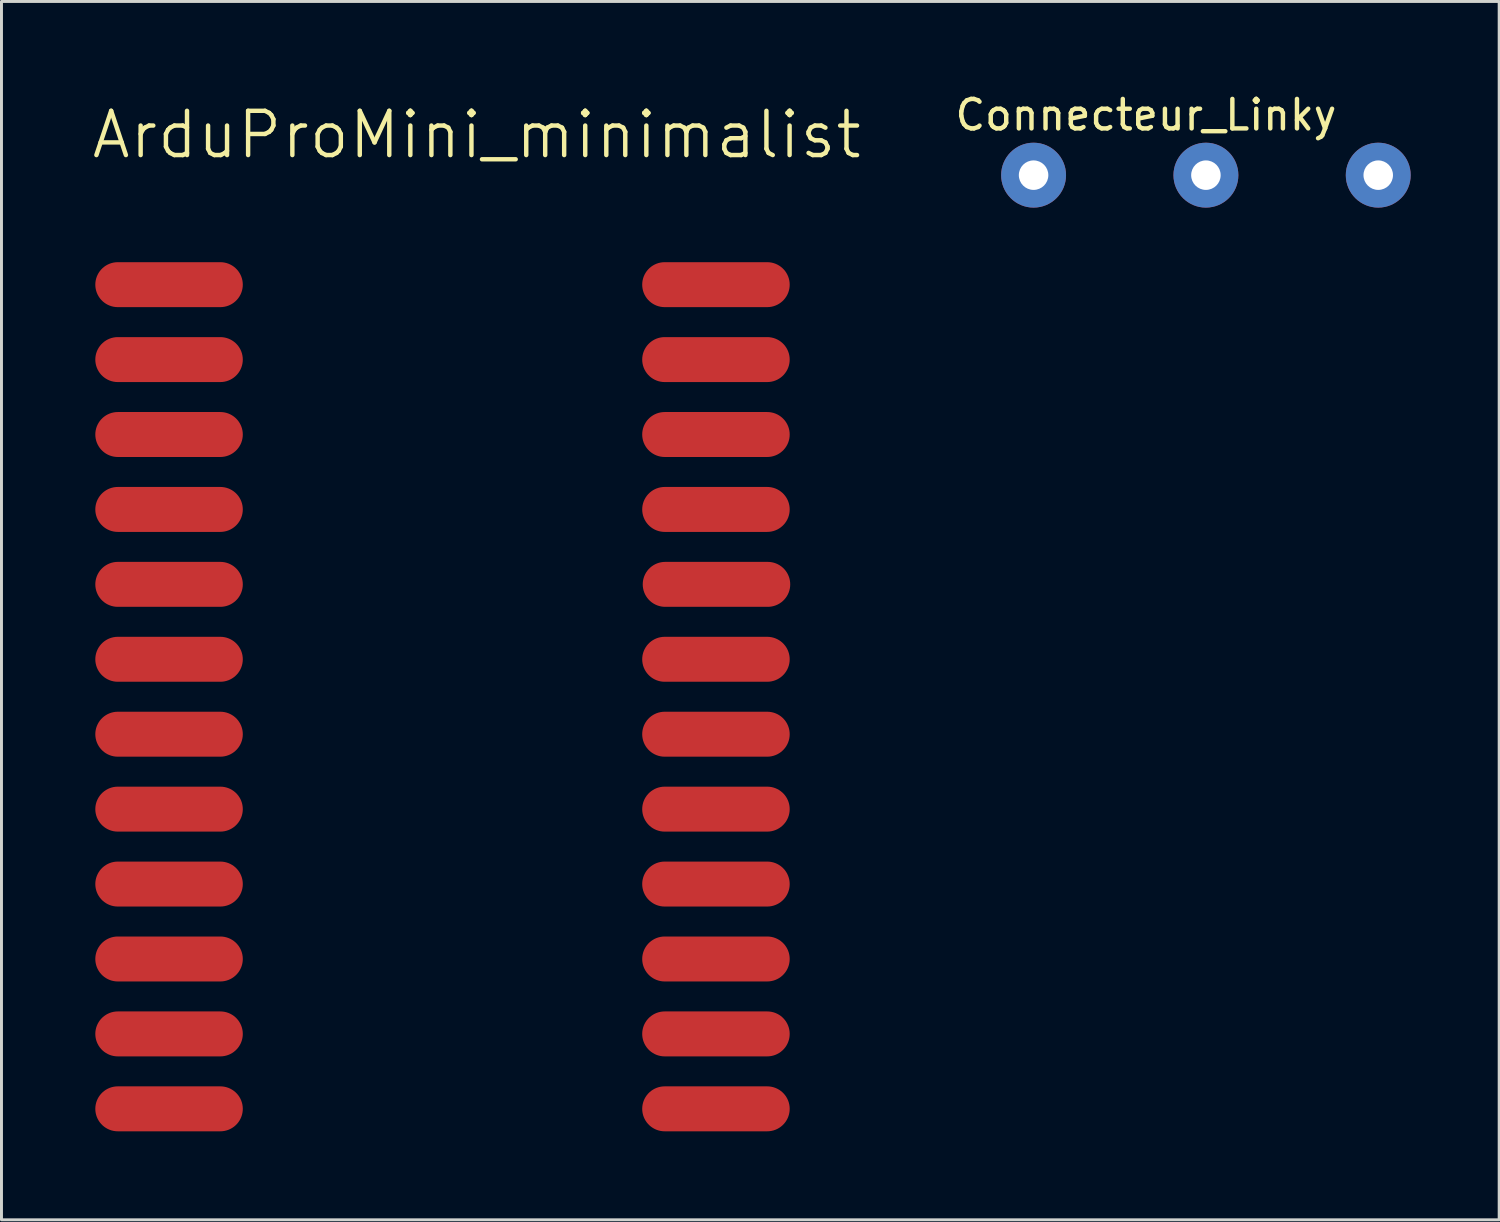
<source format=kicad_pcb>
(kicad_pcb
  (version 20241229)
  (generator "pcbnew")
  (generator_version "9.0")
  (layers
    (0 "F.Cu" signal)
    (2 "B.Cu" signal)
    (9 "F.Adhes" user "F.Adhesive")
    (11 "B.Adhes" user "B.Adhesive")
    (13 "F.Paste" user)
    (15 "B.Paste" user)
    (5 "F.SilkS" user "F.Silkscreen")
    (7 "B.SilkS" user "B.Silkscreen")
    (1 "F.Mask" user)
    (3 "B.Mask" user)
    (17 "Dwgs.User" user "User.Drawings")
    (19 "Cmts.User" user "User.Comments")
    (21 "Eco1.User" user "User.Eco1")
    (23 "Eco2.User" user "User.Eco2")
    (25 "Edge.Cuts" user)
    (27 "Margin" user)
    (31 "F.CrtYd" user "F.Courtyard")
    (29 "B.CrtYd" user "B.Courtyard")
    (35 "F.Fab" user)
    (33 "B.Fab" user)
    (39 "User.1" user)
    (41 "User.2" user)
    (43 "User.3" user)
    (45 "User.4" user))
  (footprint "Connecteur_Linky"
    (layer "F.Cu")
    (at 35.799 0.348)
    (property "Reference" "Connecteur_Linky" (at 0 0.5 0) (layer "F.SilkS") (effects (font (size 1 1) (thickness 0.15))))
    (attr through_hole)
    (pad "1" thru_hole circle (at -3.81 2.54) (size 2.2 2.2) (drill 1) (layers "*.Cu" "*.Mask"))
    (pad "2" thru_hole circle (at 2.032 2.54) (size 2.2 2.2) (drill 1) (layers "*.Cu" "*.Mask"))
    (pad "3" thru_hole circle (at 7.874 2.54) (size 2.2 2.2) (drill 1) (layers "*.Cu" "*.Mask")))
  (footprint "ArduProMini_minimalist"
    (layer "F.Cu")
    (at 1.681 0.25)
    (property "Reference" "ArduProMini_minimalist" (at 11.43 1.27 180) (layer "F.SilkS") (effects (font (size 1.5 1.5) (thickness 0.15))))
    (attr through_hole)
    (pad "JP1_1" smd oval (at 20.574 16.383) (size 0.1 0.1) (layers "F.Cu" "F.Mask" "F.Paste"))
    (pad "JP1_2" smd oval (at 20.574 16.383) (size 0.1 0.1) (layers "F.Cu" "F.Mask" "F.Paste"))
    (pad "JP1_3" smd oval (at 20.574 16.383) (size 0.1 0.1) (layers "F.Cu" "F.Mask" "F.Paste"))
    (pad "JP1_4" smd oval (at 20.574 16.383) (size 0.1 0.1) (layers "F.Cu" "F.Mask" "F.Paste"))
    (pad "JP1_5" smd oval (at 20.574 16.383) (size 0.1 0.1) (layers "F.Cu" "F.Mask" "F.Paste"))
    (pad "JP1_6" smd oval (at 20.574 16.383) (size 0.1 0.1) (layers "F.Cu" "F.Mask" "F.Paste"))
    (pad "JP2_1" smd oval (at 20.574 16.383) (size 0.1 0.1) (layers "F.Cu" "F.Mask" "F.Paste"))
    (pad "JP2_2" smd oval (at 20.574 16.383) (size 0.1 0.1) (layers "F.Cu" "F.Mask" "F.Paste"))
    (pad "JP3_1" smd oval (at 20.574 16.383) (size 0.1 0.1) (layers "F.Cu" "F.Mask" "F.Paste"))
    (pad "JP3_2" smd oval (at 20.574 16.383) (size 0.1 0.1) (layers "F.Cu" "F.Mask" "F.Paste"))
    (pad "JP6_1" smd oval (at 1 34.29) (size 5 1.524) (layers "F.Cu" "F.Mask" "F.Paste"))
    (pad "JP6_2" smd oval (at 1 31.75) (size 5 1.524) (layers "F.Cu" "F.Mask" "F.Paste"))
    (pad "JP6_3" smd oval (at 1 29.21) (size 5 1.524) (layers "F.Cu" "F.Mask" "F.Paste"))
    (pad "JP6_4" smd oval (at 1 26.67) (size 5 1.524) (layers "F.Cu" "F.Mask" "F.Paste"))
    (pad "JP6_5" smd oval (at 1 24.13) (size 5 1.524) (layers "F.Cu" "F.Mask" "F.Paste"))
    (pad "JP6_6" smd oval (at 1 21.59) (size 5 1.524) (layers "F.Cu" "F.Mask" "F.Paste"))
    (pad "JP6_7" smd oval (at 1 19.05) (size 5 1.524) (layers "F.Cu" "F.Mask" "F.Paste"))
    (pad "JP6_8" smd oval (at 1 16.51) (size 5 1.524) (layers "F.Cu" "F.Mask" "F.Paste"))
    (pad "JP6_9" smd oval (at 1 13.97) (size 5 1.524) (layers "F.Cu" "F.Mask" "F.Paste"))
    (pad "JP6_10" smd oval (at 1 11.43) (size 5 1.524) (layers "F.Cu" "F.Mask" "F.Paste"))
    (pad "JP6_11" smd oval (at 1 8.89) (size 5 1.524) (layers "F.Cu" "F.Mask" "F.Paste"))
    (pad "JP6_12" smd oval (at 1 6.35) (size 5 1.524) (layers "F.Cu" "F.Mask" "F.Paste"))
    (pad "JP7_1" smd oval (at 19.54 6.35) (size 5 1.524) (layers "F.Cu" "F.Mask" "F.Paste"))
    (pad "JP7_2" smd oval (at 19.54 8.89) (size 5 1.524) (layers "F.Cu" "F.Mask" "F.Paste"))
    (pad "JP7_3" smd oval (at 19.54 11.43) (size 5 1.524) (layers "F.Cu" "F.Mask" "F.Paste"))
    (pad "JP7_4" smd oval (at 19.54 13.97) (size 5 1.524) (layers "F.Cu" "F.Mask" "F.Paste"))
    (pad "JP7_5" smd oval (at 19.558 16.51) (size 5 1.524) (layers "F.Cu" "F.Mask" "F.Paste"))
    (pad "JP7_6" smd oval (at 19.54 19.05) (size 5 1.524) (layers "F.Cu" "F.Mask" "F.Paste"))
    (pad "JP7_7" smd oval (at 19.54 21.59) (size 5 1.524) (layers "F.Cu" "F.Mask" "F.Paste"))
    (pad "JP7_8" smd oval (at 19.54 24.13) (size 5 1.524) (layers "F.Cu" "F.Mask" "F.Paste"))
    (pad "JP7_9" smd oval (at 19.54 26.67) (size 5 1.524) (layers "F.Cu" "F.Mask" "F.Paste"))
    (pad "JP7_10" smd oval (at 19.54 29.21) (size 5 1.524) (layers "F.Cu" "F.Mask" "F.Paste"))
    (pad "JP7_11" smd oval (at 19.54 31.75) (size 5 1.524) (layers "F.Cu" "F.Mask" "F.Paste"))
    (pad "JP7_12" smd oval (at 19.54 34.29) (size 5 1.524) (layers "F.Cu" "F.Mask" "F.Paste")))
  (gr_rect
    (start -3 -3)
    (end 47.773 38.302)
    (stroke (width 0.1) (type default))
    (fill no)
    (layer "Edge.Cuts")))
</source>
